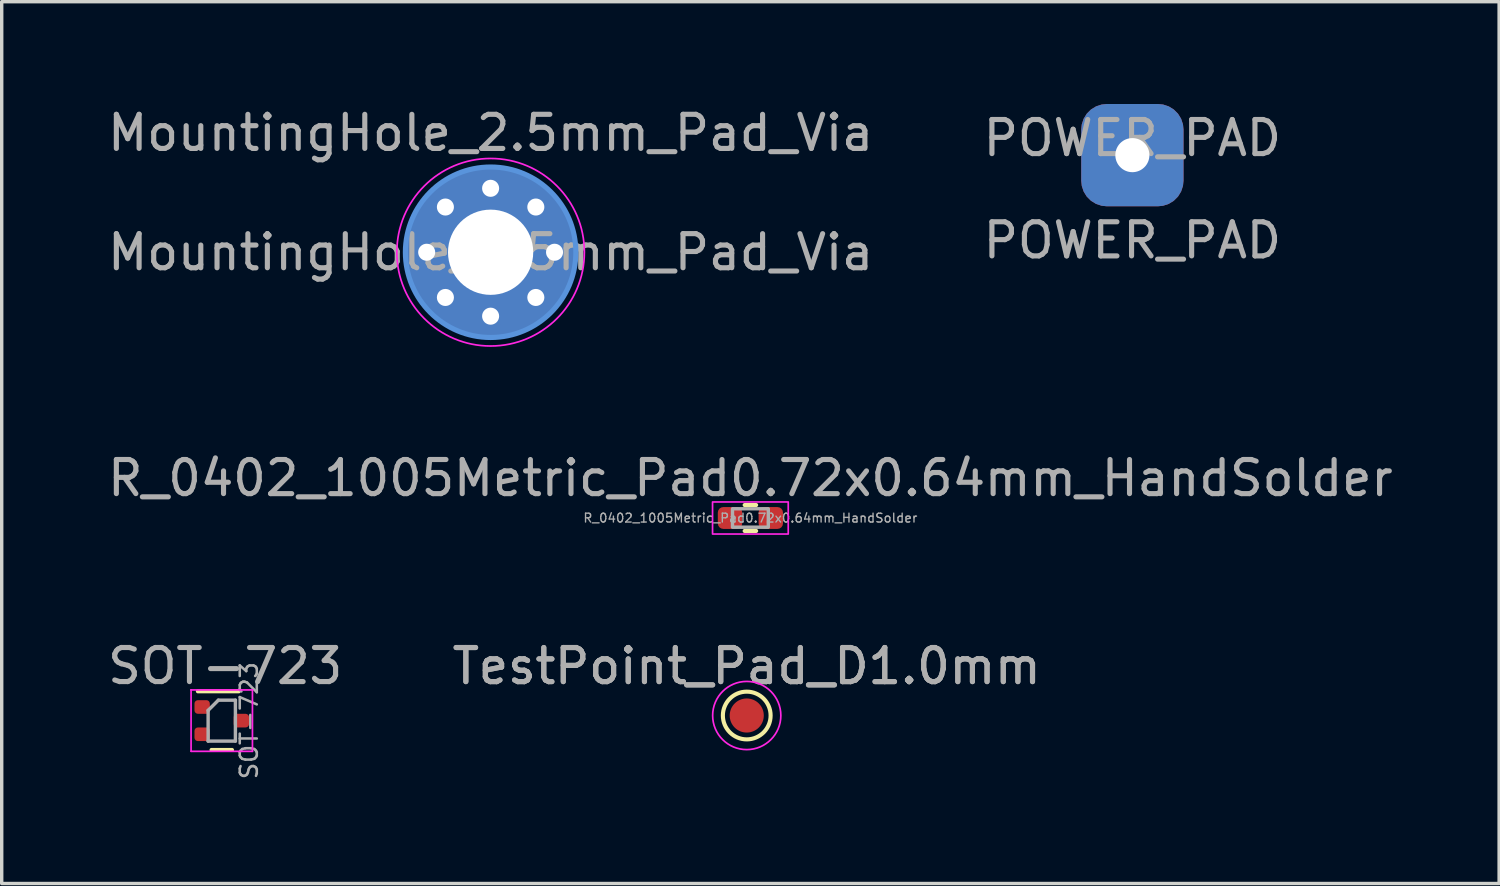
<source format=kicad_pcb>
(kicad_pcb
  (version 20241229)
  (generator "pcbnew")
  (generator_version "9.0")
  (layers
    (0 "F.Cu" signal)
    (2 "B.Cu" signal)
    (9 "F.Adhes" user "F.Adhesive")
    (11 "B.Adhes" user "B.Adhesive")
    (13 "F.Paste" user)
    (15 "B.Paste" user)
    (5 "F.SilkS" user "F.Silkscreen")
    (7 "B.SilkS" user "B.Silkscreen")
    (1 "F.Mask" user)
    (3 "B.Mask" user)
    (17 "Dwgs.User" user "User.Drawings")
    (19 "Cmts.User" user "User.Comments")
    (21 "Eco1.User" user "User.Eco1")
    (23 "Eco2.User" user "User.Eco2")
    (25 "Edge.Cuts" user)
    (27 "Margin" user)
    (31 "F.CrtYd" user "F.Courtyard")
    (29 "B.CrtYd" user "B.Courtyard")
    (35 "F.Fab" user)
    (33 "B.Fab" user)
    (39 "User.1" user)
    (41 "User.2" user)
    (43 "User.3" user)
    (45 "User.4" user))
  (footprint "R_0402_1005Metric_Pad0.72x0.64mm_HandSolder"
    (layer "F.Cu")
    (at 18.958 12.142)
    (property "Reference" "R_0402_1005Metric_Pad0.72x0.64mm_HandSolder" (at 0 -1.17 0) (layer "F.Fab") (effects (font (size 1 1) (thickness 0.15))))
    (attr smd)
    (fp_line (start -0.168 -0.38) (end 0.168 -0.38) (stroke (width 0.12) (type solid)) (layer "F.SilkS"))
    (fp_line (start -0.168 0.38) (end 0.168 0.38) (stroke (width 0.12) (type solid)) (layer "F.SilkS"))
    (fp_rect (start -1.11 -0.47) (end 1.11 0.47) (stroke (width 0.05) (type solid)) (fill no) (layer "F.CrtYd"))
    (fp_rect (start -0.525 -0.27) (end 0.525 0.27) (stroke (width 0.1) (type solid)) (fill no) (layer "F.Fab"))
    (fp_text user "${REFERENCE}" (at 0 0 0) (layer "F.Fab") (effects (font (size 0.26 0.26) (thickness 0.04))))
    (pad "1" smd roundrect (at -0.598 0) (size 0.715 0.64) (layers "F.Cu" "F.Mask" "F.Paste") (roundrect_rratio 0.25))
    (pad "2" smd roundrect (at 0.598 0) (size 0.715 0.64) (layers "F.Cu" "F.Mask" "F.Paste") (roundrect_rratio 0.25)))
  (footprint "POWER_PAD"
    (layer "F.Cu")
    (at 30.161 1.5)
    (property "Reference" "POWER_PAD" (at 0 -0.5 0) (unlocked yes) (layer "F.Fab") (effects (font (size 1 1) (thickness 0.15))))
    (attr through_hole dnp)
    (fp_text user "${REFERENCE}" (at 0 2.5 0) (unlocked yes) (layer "F.Fab") (effects (font (size 1 1) (thickness 0.15))))
    (pad "1" thru_hole roundrect (at 0 0) (size 3 3) (drill 1) (layers "*.Cu" "*.Mask") (roundrect_rratio 0.25)))
  (footprint "SOT-723"
    (layer "F.Cu")
    (at 3.454 18.085)
    (property "Reference" "SOT-723" (at 0.1 -1.6 180) (layer "F.Fab") (effects (font (size 1 1) (thickness 0.15))))
    (attr smd)
    (fp_line (start 0.3 0.86) (end -0.3 0.86) (stroke (width 0.12) (type solid)) (layer "F.SilkS"))
    (fp_line (start 0.5 -0.86) (end -0.7 -0.86) (stroke (width 0.12) (type solid)) (layer "F.SilkS"))
    (fp_line (start -0.9 -0.9) (end -0.9 -0.9) (stroke (width 0.05) (type solid)) (layer "F.CrtYd"))
    (fp_line (start -0.9 -0.9) (end 0.9 -0.9) (stroke (width 0.05) (type solid)) (layer "F.CrtYd"))
    (fp_line (start -0.9 0.9) (end -0.9 -0.9) (stroke (width 0.05) (type solid)) (layer "F.CrtYd"))
    (fp_line (start 0.9 -0.9) (end 0.9 0.9) (stroke (width 0.05) (type solid)) (layer "F.CrtYd"))
    (fp_line (start 0.9 0.9) (end -0.9 0.9) (stroke (width 0.05) (type solid)) (layer "F.CrtYd"))
    (fp_line (start -0.4 -0.3) (end -0.1 -0.6) (stroke (width 0.1) (type solid)) (layer "F.Fab"))
    (fp_line (start -0.4 0.6) (end -0.4 -0.3) (stroke (width 0.1) (type solid)) (layer "F.Fab"))
    (fp_line (start -0.1 -0.6) (end 0.4 -0.6) (stroke (width 0.1) (type solid)) (layer "F.Fab"))
    (fp_line (start 0.4 -0.6) (end 0.4 0.6) (stroke (width 0.1) (type solid)) (layer "F.Fab"))
    (fp_line (start 0.4 0.6) (end -0.4 0.6) (stroke (width 0.1) (type solid)) (layer "F.Fab"))
    (fp_text user "${REFERENCE}" (at 0.8 0 90) (layer "F.Fab") (effects (font (size 0.5 0.5) (thickness 0.075))))
    (pad "1" smd roundrect (at 0.575 0) (size 0.45 0.4) (layers "F.Cu" "F.Mask" "F.Paste") (roundrect_rratio 0.25))
    (pad "2" smd roundrect (at -0.575 -0.4) (size 0.45 0.4) (layers "F.Cu" "F.Mask" "F.Paste") (roundrect_rratio 0.25))
    (pad "3" smd roundrect (at -0.575 0.4) (size 0.45 0.4) (layers "F.Cu" "F.Mask" "F.Paste") (roundrect_rratio 0.25)))
  (footprint "MountingHole_2.5mm_Pad_Via"
    (layer "F.Cu")
    (at 11.339 4.348)
    (property "Reference" "MountingHole_2.5mm_Pad_Via" (at 0 -3.5 0) (layer "F.Fab") (effects (font (size 1 1) (thickness 0.15))))
    (attr exclude_from_pos_files dnp)
    (fp_circle (center 0 0) (end 2.5 0) (stroke (width 0.15) (type solid)) (fill no) (layer "Cmts.User"))
    (fp_circle (center 0 0) (end 2.75 0) (stroke (width 0.05) (type solid)) (fill no) (layer "F.CrtYd"))
    (fp_text user "${REFERENCE}" (at 0 0 0) (layer "F.Fab") (effects (font (size 1 1) (thickness 0.15))))
    (pad "1" thru_hole circle (at -1.875 0) (size 0.8 0.8) (drill 0.5) (layers "*.Cu" "*.Mask"))
    (pad "1" thru_hole circle (at -1.326 -1.326) (size 0.8 0.8) (drill 0.5) (layers "*.Cu" "*.Mask"))
    (pad "1" thru_hole circle (at -1.326 1.326) (size 0.8 0.8) (drill 0.5) (layers "*.Cu" "*.Mask"))
    (pad "1" thru_hole circle (at 0 -1.875) (size 0.8 0.8) (drill 0.5) (layers "*.Cu" "*.Mask"))
    (pad "1" thru_hole circle (at 0 0) (size 5 5) (drill 2.5) (layers "*.Cu" "*.Mask"))
    (pad "1" thru_hole circle (at 0 1.875) (size 0.8 0.8) (drill 0.5) (layers "*.Cu" "*.Mask"))
    (pad "1" thru_hole circle (at 1.326 -1.326) (size 0.8 0.8) (drill 0.5) (layers "*.Cu" "*.Mask"))
    (pad "1" thru_hole circle (at 1.326 1.326) (size 0.8 0.8) (drill 0.5) (layers "*.Cu" "*.Mask"))
    (pad "1" thru_hole circle (at 1.875 0) (size 0.8 0.8) (drill 0.5) (layers "*.Cu" "*.Mask")))
  (footprint "TestPoint_Pad_D1.0mm"
    (layer "F.Cu")
    (at 18.851 17.935)
    (property "Reference" "TestPoint_Pad_D1.0mm" (at 0 -1.448 0) (layer "F.Fab") (effects (font (size 1 1) (thickness 0.15))))
    (attr exclude_from_pos_files)
    (fp_circle (center 0 0) (end 0 0.7) (stroke (width 0.12) (type solid)) (fill no) (layer "F.SilkS"))
    (fp_circle (center 0 0) (end 1 0) (stroke (width 0.05) (type solid)) (fill no) (layer "F.CrtYd"))
    (fp_text user "${REFERENCE}" (at 0 -1.45 0) (layer "F.Fab") (effects (font (size 1 1) (thickness 0.15))))
    (pad "1" smd circle (at 0 0) (size 1 1) (layers "F.Cu" "F.Mask")))
  (gr_rect
    (start -3 -3)
    (end 40.917 22.862)
    (stroke (width 0.1) (type default))
    (fill no)
    (layer "Edge.Cuts")))
</source>
